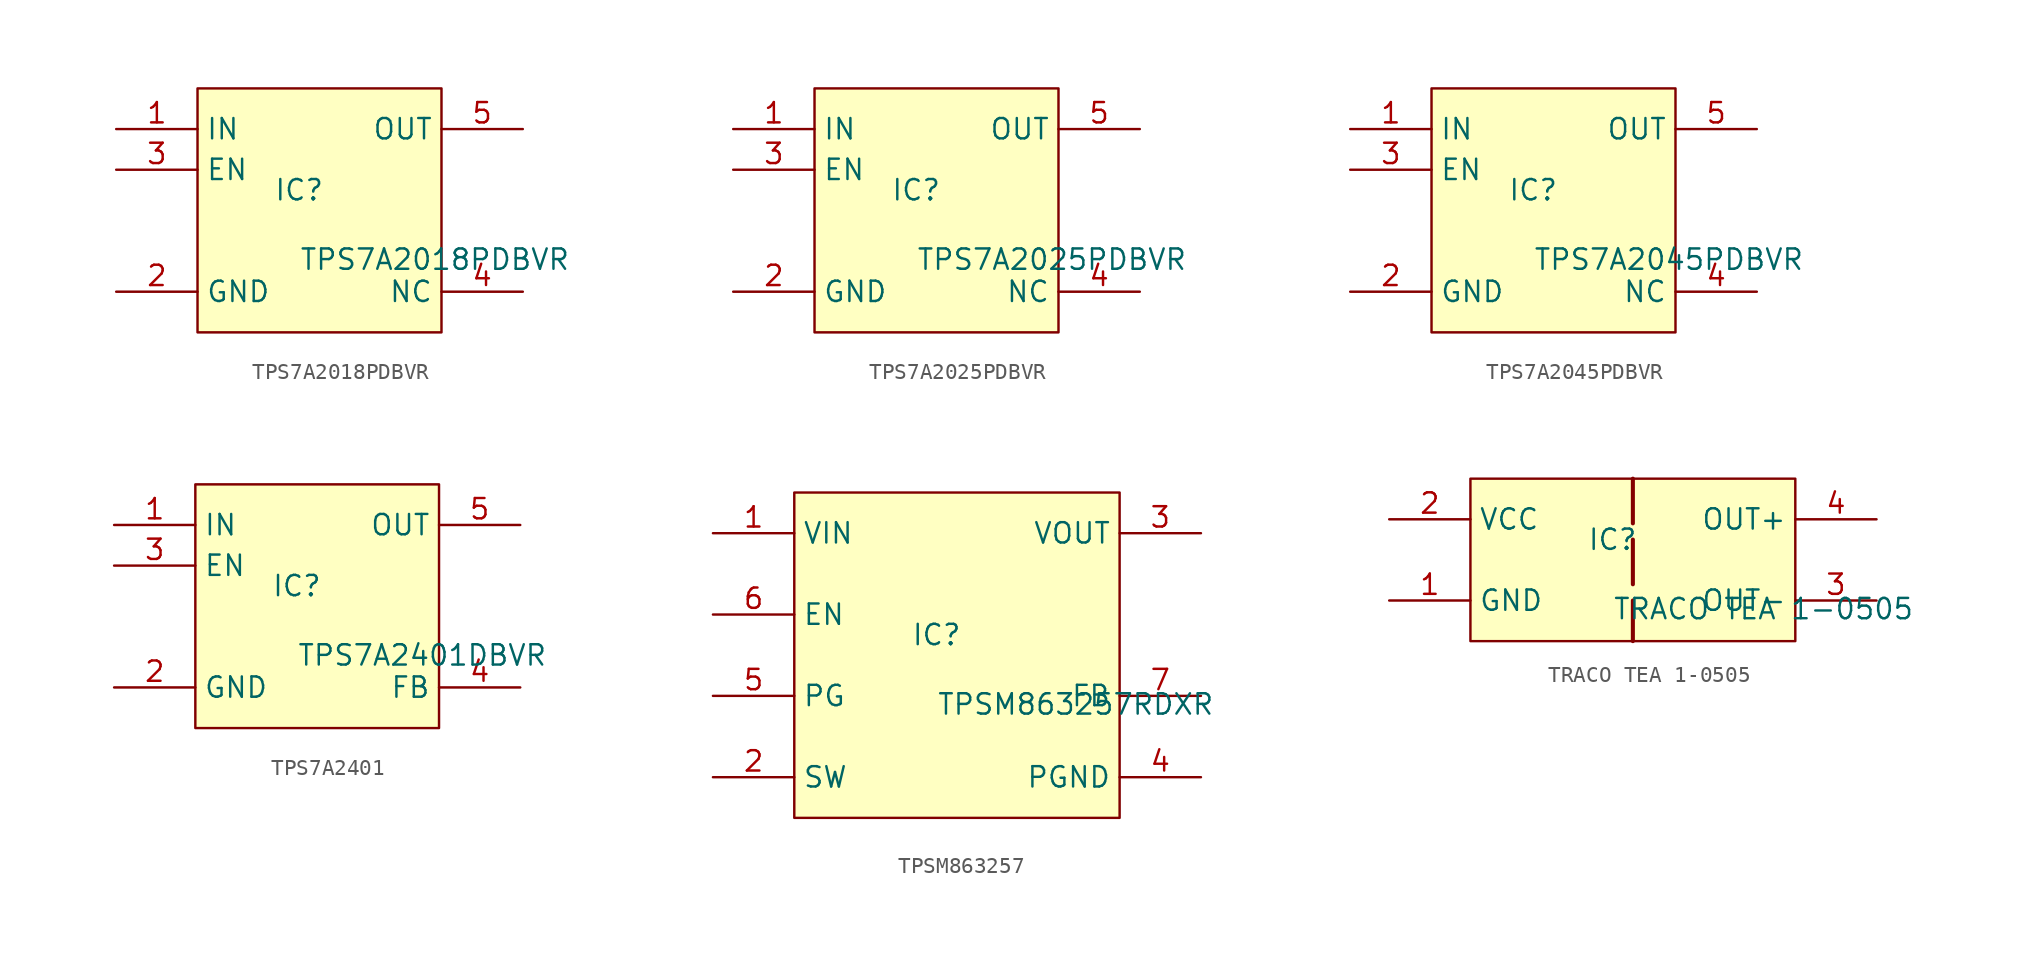
<source format=kicad_sym>
(kicad_symbol_lib
  (version 20231120)
  (generator "kicad_symbol_editor")
  (generator_version "8.0")
  (symbol "TPS7A2018PDBVR"
    (property "Reference" "IC"
      (at -1.27 1.27 0)
      (effects (font (size 1.27 1.27))))
    (property "Value" "TPS7A2018PDBVR"
      (at -1.27 -3.81 0)
      (effects (font (size 1.27 1.27)) (justify left bottom)))
    (symbol "TPS7A2018PDBVR_1_0"
      (rectangle (start -7.62 7.62) (end 7.62 -7.62) (stroke (width 0) (type solid) (color 128 0 0 1)) (fill (type background)))
      (pin passive line (at -12.7 5.08 0) (length 5.08) (name "IN" (effects (font (size 1.27 1.27)))) (number "1" (effects (font (size 1.27 1.27)))))
      (pin passive line (at -12.7 -5.08 0) (length 5.08) (name "GND" (effects (font (size 1.27 1.27)))) (number "2" (effects (font (size 1.27 1.27)))))
      (pin passive line (at -12.7 2.54 0) (length 5.08) (name "EN" (effects (font (size 1.27 1.27)))) (number "3" (effects (font (size 1.27 1.27)))))
      (pin passive line (at 12.7 -5.08 180) (length 5.08) (name "NC" (effects (font (size 1.27 1.27)))) (number "4" (effects (font (size 1.27 1.27)))))
      (pin passive line (at 12.7 5.08 180) (length 5.08) (name "OUT" (effects (font (size 1.27 1.27)))) (number "5" (effects (font (size 1.27 1.27)))))))
  (symbol "TPS7A2025PDBVR"
    (property "Reference" "IC"
      (at -1.27 1.27 0)
      (effects (font (size 1.27 1.27))))
    (property "Value" "TPS7A2025PDBVR"
      (at -1.27 -3.81 0)
      (effects (font (size 1.27 1.27)) (justify left bottom)))
    (symbol "TPS7A2025PDBVR_1_0"
      (rectangle (start -7.62 7.62) (end 7.62 -7.62) (stroke (width 0) (type solid) (color 128 0 0 1)) (fill (type background)))
      (pin passive line (at -12.7 5.08 0) (length 5.08) (name "IN" (effects (font (size 1.27 1.27)))) (number "1" (effects (font (size 1.27 1.27)))))
      (pin passive line (at -12.7 -5.08 0) (length 5.08) (name "GND" (effects (font (size 1.27 1.27)))) (number "2" (effects (font (size 1.27 1.27)))))
      (pin passive line (at -12.7 2.54 0) (length 5.08) (name "EN" (effects (font (size 1.27 1.27)))) (number "3" (effects (font (size 1.27 1.27)))))
      (pin passive line (at 12.7 -5.08 180) (length 5.08) (name "NC" (effects (font (size 1.27 1.27)))) (number "4" (effects (font (size 1.27 1.27)))))
      (pin passive line (at 12.7 5.08 180) (length 5.08) (name "OUT" (effects (font (size 1.27 1.27)))) (number "5" (effects (font (size 1.27 1.27)))))))
  (symbol "TPS7A2045PDBVR"
    (property "Reference" "IC"
      (at -1.27 1.27 0)
      (effects (font (size 1.27 1.27))))
    (property "Value" "TPS7A2045PDBVR"
      (at -1.27 -3.81 0)
      (effects (font (size 1.27 1.27)) (justify left bottom)))
    (symbol "TPS7A2045PDBVR_1_0"
      (rectangle (start -7.62 7.62) (end 7.62 -7.62) (stroke (width 0) (type solid) (color 128 0 0 1)) (fill (type background)))
      (pin passive line (at -12.7 5.08 0) (length 5.08) (name "IN" (effects (font (size 1.27 1.27)))) (number "1" (effects (font (size 1.27 1.27)))))
      (pin passive line (at -12.7 -5.08 0) (length 5.08) (name "GND" (effects (font (size 1.27 1.27)))) (number "2" (effects (font (size 1.27 1.27)))))
      (pin passive line (at -12.7 2.54 0) (length 5.08) (name "EN" (effects (font (size 1.27 1.27)))) (number "3" (effects (font (size 1.27 1.27)))))
      (pin passive line (at 12.7 -5.08 180) (length 5.08) (name "NC" (effects (font (size 1.27 1.27)))) (number "4" (effects (font (size 1.27 1.27)))))
      (pin passive line (at 12.7 5.08 180) (length 5.08) (name "OUT" (effects (font (size 1.27 1.27)))) (number "5" (effects (font (size 1.27 1.27)))))))
  (symbol "TPS7A2401"
    (property "Reference" "IC"
      (at -1.27 1.27 0)
      (effects (font (size 1.27 1.27))))
    (property "Value" "TPS7A2401DBVR"
      (at -1.27 -3.81 0)
      (effects (font (size 1.27 1.27)) (justify left bottom)))
    (symbol "TPS7A2401_1_0"
      (rectangle (start -7.62 7.62) (end 7.62 -7.62) (stroke (width 0) (type solid) (color 128 0 0 1)) (fill (type background)))
      (pin passive line (at -12.7 5.08 0) (length 5.08) (name "IN" (effects (font (size 1.27 1.27)))) (number "1" (effects (font (size 1.27 1.27)))))
      (pin passive line (at -12.7 -5.08 0) (length 5.08) (name "GND" (effects (font (size 1.27 1.27)))) (number "2" (effects (font (size 1.27 1.27)))))
      (pin passive line (at -12.7 2.54 0) (length 5.08) (name "EN" (effects (font (size 1.27 1.27)))) (number "3" (effects (font (size 1.27 1.27)))))
      (pin passive line (at 12.7 -5.08 180) (length 5.08) (name "FB" (effects (font (size 1.27 1.27)))) (number "4" (effects (font (size 1.27 1.27)))))
      (pin passive line (at 12.7 5.08 180) (length 5.08) (name "OUT" (effects (font (size 1.27 1.27)))) (number "5" (effects (font (size 1.27 1.27)))))))
  (symbol "TPSM863257"
    (property "Reference" "IC"
      (at -1.27 1.27 0)
      (effects (font (size 1.27 1.27))))
    (property "Value" "TPSM863257RDXR"
      (at -1.27 -3.81 0)
      (effects (font (size 1.27 1.27)) (justify left bottom)))
    (symbol "TPSM863257_1_0"
      (rectangle (start -10.16 10.16) (end 10.16 -10.16) (stroke (width 0) (type solid) (color 128 0 0 1)) (fill (type background)))
      (pin power_in line (at -15.24 7.62 0) (length 5.08) (name "VIN" (effects (font (size 1.27 1.27)))) (number "1" (effects (font (size 1.27 1.27)))))
      (pin passive line (at -15.24 -7.62 0) (length 5.08) (name "SW" (effects (font (size 1.27 1.27)))) (number "2" (effects (font (size 1.27 1.27)))))
      (pin power_in line (at 15.24 7.62 180) (length 5.08) (name "VOUT" (effects (font (size 1.27 1.27)))) (number "3" (effects (font (size 1.27 1.27)))))
      (pin power_in line (at 15.24 -7.62 180) (length 5.08) (name "PGND" (effects (font (size 1.27 1.27)))) (number "4" (effects (font (size 1.27 1.27)))))
      (pin open_collector line (at -15.24 -2.54 0) (length 5.08) (name "PG" (effects (font (size 1.27 1.27)))) (number "5" (effects (font (size 1.27 1.27)))))
      (pin input line (at -15.24 2.54 0) (length 5.08) (name "EN" (effects (font (size 1.27 1.27)))) (number "6" (effects (font (size 1.27 1.27)))))
      (pin passive line (at 15.24 -2.54 180) (length 5.08) (name "FB" (effects (font (size 1.27 1.27)))) (number "7" (effects (font (size 1.27 1.27)))))))
  (symbol "TRACO TEA 1-0505"
    (property "Reference" "IC"
      (at -1.27 1.27 0)
      (effects (font (size 1.27 1.27))))
    (property "Value" "TRACO TEA 1-0505"
      (at -1.27 -3.81 0)
      (effects (font (size 1.27 1.27)) (justify left bottom)))
    (symbol "TRACO TEA 1-0505_1_0"
      (rectangle (start -10.16 5.08) (end 10.16 -5.08) (stroke (width 0) (type solid) (color 128 0 0 1)) (fill (type background)))
      (polyline (pts (xy 0 5.08) (xy 0 -5.08)) (stroke (width 0.254) (type dash)) (fill (type none)))
      (pin passive line (at -15.24 -2.54 0) (length 5.08) (name "GND" (effects (font (size 1.27 1.27)))) (number "1" (effects (font (size 1.27 1.27)))))
      (pin passive line (at -15.24 2.54 0) (length 5.08) (name "VCC" (effects (font (size 1.27 1.27)))) (number "2" (effects (font (size 1.27 1.27)))))
      (pin passive line (at 15.24 -2.54 180) (length 5.08) (name "OUT-" (effects (font (size 1.27 1.27)))) (number "3" (effects (font (size 1.27 1.27)))))
      (pin passive line (at 15.24 2.54 180) (length 5.08) (name "OUT+" (effects (font (size 1.27 1.27)))) (number "4" (effects (font (size 1.27 1.27))))))))
</source>
